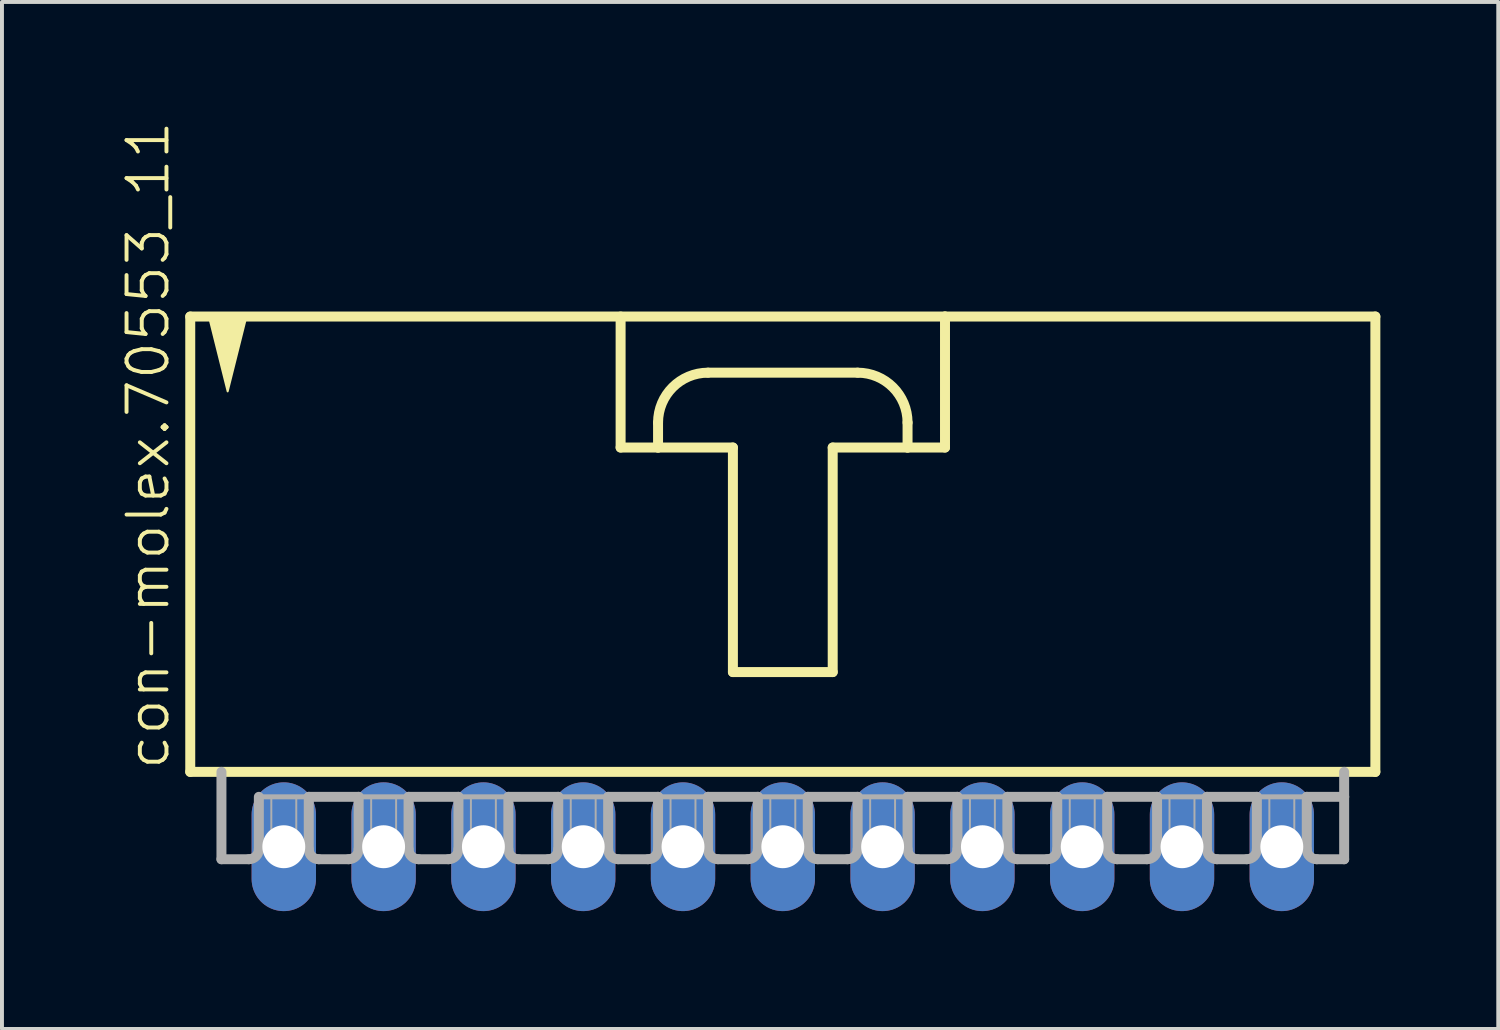
<source format=kicad_pcb>
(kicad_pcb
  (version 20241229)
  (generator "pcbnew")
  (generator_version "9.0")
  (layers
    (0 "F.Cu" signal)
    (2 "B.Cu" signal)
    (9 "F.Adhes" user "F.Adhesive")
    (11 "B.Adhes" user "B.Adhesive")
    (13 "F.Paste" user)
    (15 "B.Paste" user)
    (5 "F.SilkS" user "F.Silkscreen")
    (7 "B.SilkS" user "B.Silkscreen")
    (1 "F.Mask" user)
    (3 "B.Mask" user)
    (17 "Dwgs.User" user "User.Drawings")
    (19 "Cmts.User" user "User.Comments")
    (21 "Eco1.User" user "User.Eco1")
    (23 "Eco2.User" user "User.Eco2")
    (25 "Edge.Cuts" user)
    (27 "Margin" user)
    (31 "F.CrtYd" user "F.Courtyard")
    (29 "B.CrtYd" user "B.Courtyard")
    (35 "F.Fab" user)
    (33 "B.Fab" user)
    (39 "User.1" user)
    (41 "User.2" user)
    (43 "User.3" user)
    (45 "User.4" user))
  (footprint "con-molex.70553_11"
    (layer "F.Cu")
    (at 16.873 10.88)
    (property "Reference" "con-molex.70553_11" (at -15.557 5.715 90) (layer "F.SilkS") (effects (font (size 1.016 1.016) (thickness 0.1)) (justify left bottom)))
    (attr through_hole)
    (fp_line (start -15.081 -5.874) (end -15.081 5.715) (stroke (width 0.254) (type default)) (layer "F.SilkS"))
    (fp_line (start -15.081 5.715) (end 15.081 5.715) (stroke (width 0.254) (type default)) (layer "F.SilkS"))
    (fp_line (start -4.128 -5.874) (end -4.128 -2.54) (stroke (width 0.254) (type default)) (layer "F.SilkS"))
    (fp_line (start -4.128 -2.54) (end -3.175 -2.54) (stroke (width 0.254) (type default)) (layer "F.SilkS"))
    (fp_line (start -3.175 -2.54) (end -3.175 -3.175) (stroke (width 0.254) (type default)) (layer "F.SilkS"))
    (fp_line (start -3.175 -2.54) (end -1.27 -2.54) (stroke (width 0.254) (type default)) (layer "F.SilkS"))
    (fp_line (start -1.905 -4.445) (end 1.905 -4.445) (stroke (width 0.254) (type default)) (layer "F.SilkS"))
    (fp_line (start -1.27 -2.54) (end -1.27 3.175) (stroke (width 0.254) (type default)) (layer "F.SilkS"))
    (fp_line (start -1.27 3.175) (end 1.27 3.175) (stroke (width 0.254) (type default)) (layer "F.SilkS"))
    (fp_line (start 1.27 -2.54) (end 3.175 -2.54) (stroke (width 0.254) (type default)) (layer "F.SilkS"))
    (fp_line (start 1.27 3.175) (end 1.27 -2.54) (stroke (width 0.254) (type default)) (layer "F.SilkS"))
    (fp_line (start 3.175 -3.175) (end 3.175 -2.54) (stroke (width 0.254) (type default)) (layer "F.SilkS"))
    (fp_line (start 3.175 -2.54) (end 4.128 -2.54) (stroke (width 0.254) (type default)) (layer "F.SilkS"))
    (fp_line (start 4.128 -5.874) (end -15.081 -5.874) (stroke (width 0.254) (type default)) (layer "F.SilkS"))
    (fp_line (start 4.128 -2.54) (end 4.128 -5.874) (stroke (width 0.254) (type default)) (layer "F.SilkS"))
    (fp_line (start 15.081 -5.874) (end 4.128 -5.874) (stroke (width 0.254) (type default)) (layer "F.SilkS"))
    (fp_line (start 15.081 5.715) (end 15.081 -5.874) (stroke (width 0.254) (type default)) (layer "F.SilkS"))
    (fp_arc (start -3.175 -3.175) (mid -2.803026 -4.073026) (end -1.905 -4.445) (stroke (width 0.254) (type default)) (layer "F.SilkS"))
    (fp_arc (start 1.905 -4.445) (mid 2.803026 -4.073026) (end 3.175 -3.175) (stroke (width 0.254) (type default)) (layer "F.SilkS"))
    (fp_poly (pts (xy -14.605 -5.874) (xy -14.129 -3.969) (xy -13.652 -5.874)) (stroke (width 0.051) (type default)) (fill yes) (layer "F.SilkS"))
    (fp_line (start -14.287 5.715) (end -14.287 7.938) (stroke (width 0.254) (type default)) (layer "F.Fab"))
    (fp_line (start -13.589 7.938) (end -14.287 7.938) (stroke (width 0.254) (type default)) (layer "F.Fab"))
    (fp_line (start -13.335 6.35) (end -13.335 7.684) (stroke (width 0.254) (type default)) (layer "F.Fab"))
    (fp_line (start -13.335 6.35) (end -12.065 6.35) (stroke (width 0.127) (type default)) (layer "F.Fab"))
    (fp_line (start -12.065 6.35) (end -12.065 7.684) (stroke (width 0.254) (type default)) (layer "F.Fab"))
    (fp_line (start -12.065 6.35) (end -10.795 6.35) (stroke (width 0.254) (type default)) (layer "F.Fab"))
    (fp_line (start -11.049 7.938) (end -11.811 7.938) (stroke (width 0.254) (type default)) (layer "F.Fab"))
    (fp_line (start -10.795 6.35) (end -10.795 7.684) (stroke (width 0.254) (type default)) (layer "F.Fab"))
    (fp_line (start -10.795 6.35) (end -9.525 6.35) (stroke (width 0.127) (type default)) (layer "F.Fab"))
    (fp_line (start -9.525 6.35) (end -9.525 7.684) (stroke (width 0.254) (type default)) (layer "F.Fab"))
    (fp_line (start -9.525 6.35) (end -8.255 6.35) (stroke (width 0.254) (type default)) (layer "F.Fab"))
    (fp_line (start -8.509 7.938) (end -9.271 7.938) (stroke (width 0.254) (type default)) (layer "F.Fab"))
    (fp_line (start -8.255 6.35) (end -8.255 7.684) (stroke (width 0.254) (type default)) (layer "F.Fab"))
    (fp_line (start -8.255 6.35) (end -6.985 6.35) (stroke (width 0.127) (type default)) (layer "F.Fab"))
    (fp_line (start -6.985 6.35) (end -6.985 7.684) (stroke (width 0.254) (type default)) (layer "F.Fab"))
    (fp_line (start -6.985 6.35) (end -5.715 6.35) (stroke (width 0.254) (type default)) (layer "F.Fab"))
    (fp_line (start -5.969 7.938) (end -6.731 7.938) (stroke (width 0.254) (type default)) (layer "F.Fab"))
    (fp_line (start -5.715 6.35) (end -5.715 7.684) (stroke (width 0.254) (type default)) (layer "F.Fab"))
    (fp_line (start -5.715 6.35) (end -4.445 6.35) (stroke (width 0.127) (type default)) (layer "F.Fab"))
    (fp_line (start -4.445 6.35) (end -4.445 7.684) (stroke (width 0.254) (type default)) (layer "F.Fab"))
    (fp_line (start -4.445 6.35) (end -3.175 6.35) (stroke (width 0.254) (type default)) (layer "F.Fab"))
    (fp_line (start -3.429 7.938) (end -4.191 7.938) (stroke (width 0.254) (type default)) (layer "F.Fab"))
    (fp_line (start -3.175 6.35) (end -3.175 7.684) (stroke (width 0.254) (type default)) (layer "F.Fab"))
    (fp_line (start -3.175 6.35) (end -1.905 6.35) (stroke (width 0.127) (type default)) (layer "F.Fab"))
    (fp_line (start -1.905 6.35) (end -1.905 7.684) (stroke (width 0.254) (type default)) (layer "F.Fab"))
    (fp_line (start -1.905 6.35) (end -0.635 6.35) (stroke (width 0.254) (type default)) (layer "F.Fab"))
    (fp_line (start -0.889 7.938) (end -1.651 7.938) (stroke (width 0.254) (type default)) (layer "F.Fab"))
    (fp_line (start -0.635 6.35) (end -0.635 7.684) (stroke (width 0.254) (type default)) (layer "F.Fab"))
    (fp_line (start -0.635 6.35) (end 0.635 6.35) (stroke (width 0.127) (type default)) (layer "F.Fab"))
    (fp_line (start 0.635 6.35) (end 0.635 7.684) (stroke (width 0.254) (type default)) (layer "F.Fab"))
    (fp_line (start 0.635 6.35) (end 1.905 6.35) (stroke (width 0.254) (type default)) (layer "F.Fab"))
    (fp_line (start 1.651 7.938) (end 0.889 7.938) (stroke (width 0.254) (type default)) (layer "F.Fab"))
    (fp_line (start 1.905 6.35) (end 1.905 7.684) (stroke (width 0.254) (type default)) (layer "F.Fab"))
    (fp_line (start 1.905 6.35) (end 3.175 6.35) (stroke (width 0.127) (type default)) (layer "F.Fab"))
    (fp_line (start 3.175 6.35) (end 3.175 7.684) (stroke (width 0.254) (type default)) (layer "F.Fab"))
    (fp_line (start 3.175 6.35) (end 4.445 6.35) (stroke (width 0.254) (type default)) (layer "F.Fab"))
    (fp_line (start 4.191 7.938) (end 3.429 7.938) (stroke (width 0.254) (type default)) (layer "F.Fab"))
    (fp_line (start 4.445 6.35) (end 4.445 7.684) (stroke (width 0.254) (type default)) (layer "F.Fab"))
    (fp_line (start 4.445 6.35) (end 5.715 6.35) (stroke (width 0.127) (type default)) (layer "F.Fab"))
    (fp_line (start 5.715 6.35) (end 5.715 7.684) (stroke (width 0.254) (type default)) (layer "F.Fab"))
    (fp_line (start 5.715 6.35) (end 6.985 6.35) (stroke (width 0.254) (type default)) (layer "F.Fab"))
    (fp_line (start 6.731 7.938) (end 5.969 7.938) (stroke (width 0.254) (type default)) (layer "F.Fab"))
    (fp_line (start 6.985 6.35) (end 6.985 7.684) (stroke (width 0.254) (type default)) (layer "F.Fab"))
    (fp_line (start 6.985 6.35) (end 8.255 6.35) (stroke (width 0.127) (type default)) (layer "F.Fab"))
    (fp_line (start 8.255 6.35) (end 8.255 7.684) (stroke (width 0.254) (type default)) (layer "F.Fab"))
    (fp_line (start 8.255 6.35) (end 9.525 6.35) (stroke (width 0.254) (type default)) (layer "F.Fab"))
    (fp_line (start 9.271 7.938) (end 8.509 7.938) (stroke (width 0.254) (type default)) (layer "F.Fab"))
    (fp_line (start 9.525 6.35) (end 9.525 7.684) (stroke (width 0.254) (type default)) (layer "F.Fab"))
    (fp_line (start 9.525 6.35) (end 10.795 6.35) (stroke (width 0.127) (type default)) (layer "F.Fab"))
    (fp_line (start 10.795 6.35) (end 10.795 7.684) (stroke (width 0.254) (type default)) (layer "F.Fab"))
    (fp_line (start 10.795 6.35) (end 12.065 6.35) (stroke (width 0.254) (type default)) (layer "F.Fab"))
    (fp_line (start 11.811 7.938) (end 11.049 7.938) (stroke (width 0.254) (type default)) (layer "F.Fab"))
    (fp_line (start 12.065 6.35) (end 12.065 7.684) (stroke (width 0.254) (type default)) (layer "F.Fab"))
    (fp_line (start 12.065 6.35) (end 13.335 6.35) (stroke (width 0.127) (type default)) (layer "F.Fab"))
    (fp_line (start 13.335 6.35) (end 13.335 7.684) (stroke (width 0.254) (type default)) (layer "F.Fab"))
    (fp_line (start 13.335 6.35) (end 14.287 6.35) (stroke (width 0.254) (type default)) (layer "F.Fab"))
    (fp_line (start 13.589 7.938) (end 14.287 7.938) (stroke (width 0.254) (type default)) (layer "F.Fab"))
    (fp_line (start 14.287 6.35) (end 14.287 5.715) (stroke (width 0.254) (type default)) (layer "F.Fab"))
    (fp_line (start 14.287 7.938) (end 14.287 6.35) (stroke (width 0.254) (type default)) (layer "F.Fab"))
    (fp_rect (start -13.018 7.62) (end -12.383 6.35) (stroke (width 0.05) (type default)) (fill no) (layer "F.Fab"))
    (fp_rect (start -10.477 7.62) (end -9.842 6.35) (stroke (width 0.05) (type default)) (fill no) (layer "F.Fab"))
    (fp_rect (start -7.938 7.62) (end -7.303 6.35) (stroke (width 0.05) (type default)) (fill no) (layer "F.Fab"))
    (fp_rect (start -5.397 7.62) (end -4.763 6.35) (stroke (width 0.05) (type default)) (fill no) (layer "F.Fab"))
    (fp_rect (start -2.857 7.62) (end -2.223 6.35) (stroke (width 0.05) (type default)) (fill no) (layer "F.Fab"))
    (fp_rect (start -0.318 7.62) (end 0.318 6.35) (stroke (width 0.05) (type default)) (fill no) (layer "F.Fab"))
    (fp_rect (start 2.223 7.62) (end 2.857 6.35) (stroke (width 0.05) (type default)) (fill no) (layer "F.Fab"))
    (fp_rect (start 4.763 7.62) (end 5.397 6.35) (stroke (width 0.05) (type default)) (fill no) (layer "F.Fab"))
    (fp_rect (start 7.303 7.62) (end 7.938 6.35) (stroke (width 0.05) (type default)) (fill no) (layer "F.Fab"))
    (fp_rect (start 9.842 7.62) (end 10.477 6.35) (stroke (width 0.05) (type default)) (fill no) (layer "F.Fab"))
    (fp_rect (start 12.383 7.62) (end 13.018 6.35) (stroke (width 0.05) (type default)) (fill no) (layer "F.Fab"))
    (fp_arc (start -13.335 7.6835) (mid -13.409395 7.863105) (end -13.589 7.9375) (stroke (width 0.254) (type default)) (layer "F.Fab"))
    (fp_arc (start -11.811 7.9375) (mid -11.990605 7.863105) (end -12.065 7.6835) (stroke (width 0.254) (type default)) (layer "F.Fab"))
    (fp_arc (start -10.795 7.6835) (mid -10.869395 7.863105) (end -11.049 7.9375) (stroke (width 0.254) (type default)) (layer "F.Fab"))
    (fp_arc (start -9.271 7.9375) (mid -9.450605 7.863105) (end -9.525 7.6835) (stroke (width 0.254) (type default)) (layer "F.Fab"))
    (fp_arc (start -8.255 7.6835) (mid -8.329395 7.863105) (end -8.509 7.9375) (stroke (width 0.254) (type default)) (layer "F.Fab"))
    (fp_arc (start -6.731 7.9375) (mid -6.910605 7.863105) (end -6.985 7.6835) (stroke (width 0.254) (type default)) (layer "F.Fab"))
    (fp_arc (start -5.715 7.6835) (mid -5.789395 7.863105) (end -5.969 7.9375) (stroke (width 0.254) (type default)) (layer "F.Fab"))
    (fp_arc (start -4.191 7.9375) (mid -4.370605 7.863105) (end -4.445 7.6835) (stroke (width 0.254) (type default)) (layer "F.Fab"))
    (fp_arc (start -3.175 7.6835) (mid -3.249395 7.863105) (end -3.429 7.9375) (stroke (width 0.254) (type default)) (layer "F.Fab"))
    (fp_arc (start -1.651 7.9375) (mid -1.830605 7.863105) (end -1.905 7.6835) (stroke (width 0.254) (type default)) (layer "F.Fab"))
    (fp_arc (start -0.635 7.6835) (mid -0.709395 7.863105) (end -0.889 7.9375) (stroke (width 0.254) (type default)) (layer "F.Fab"))
    (fp_arc (start 0.889 7.9375) (mid 0.709395 7.863105) (end 0.635 7.6835) (stroke (width 0.254) (type default)) (layer "F.Fab"))
    (fp_arc (start 1.905 7.6835) (mid 1.830605 7.863105) (end 1.651 7.9375) (stroke (width 0.254) (type default)) (layer "F.Fab"))
    (fp_arc (start 3.429 7.9375) (mid 3.249395 7.863105) (end 3.175 7.6835) (stroke (width 0.254) (type default)) (layer "F.Fab"))
    (fp_arc (start 4.445 7.6835) (mid 4.370605 7.863105) (end 4.191 7.9375) (stroke (width 0.254) (type default)) (layer "F.Fab"))
    (fp_arc (start 5.969 7.9375) (mid 5.789395 7.863105) (end 5.715 7.6835) (stroke (width 0.254) (type default)) (layer "F.Fab"))
    (fp_arc (start 6.985 7.6835) (mid 6.910605 7.863105) (end 6.731 7.9375) (stroke (width 0.254) (type default)) (layer "F.Fab"))
    (fp_arc (start 8.509 7.9375) (mid 8.329395 7.863105) (end 8.255 7.6835) (stroke (width 0.254) (type default)) (layer "F.Fab"))
    (fp_arc (start 9.525 7.6835) (mid 9.450605 7.863105) (end 9.271 7.9375) (stroke (width 0.254) (type default)) (layer "F.Fab"))
    (fp_arc (start 11.049 7.9375) (mid 10.869395 7.863105) (end 10.795 7.6835) (stroke (width 0.254) (type default)) (layer "F.Fab"))
    (fp_arc (start 12.065 7.6835) (mid 11.990605 7.863105) (end 11.811 7.9375) (stroke (width 0.254) (type default)) (layer "F.Fab"))
    (fp_arc (start 13.589 7.9375) (mid 13.409395 7.863105) (end 13.335 7.6835) (stroke (width 0.254) (type default)) (layer "F.Fab"))
    (pad "1" thru_hole oval (at -12.7 7.62 90) (size 3.277 1.638) (drill 1.092) (layers "*.Cu" "*.Mask"))
    (pad "2" thru_hole oval (at -10.16 7.62 90) (size 3.277 1.638) (drill 1.092) (layers "*.Cu" "*.Mask"))
    (pad "3" thru_hole oval (at -7.62 7.62 90) (size 3.277 1.638) (drill 1.092) (layers "*.Cu" "*.Mask"))
    (pad "4" thru_hole oval (at -5.08 7.62 90) (size 3.277 1.638) (drill 1.092) (layers "*.Cu" "*.Mask"))
    (pad "5" thru_hole oval (at -2.54 7.62 90) (size 3.277 1.638) (drill 1.092) (layers "*.Cu" "*.Mask"))
    (pad "6" thru_hole oval (at 0 7.62 90) (size 3.277 1.638) (drill 1.092) (layers "*.Cu" "*.Mask"))
    (pad "7" thru_hole oval (at 2.54 7.62 90) (size 3.277 1.638) (drill 1.092) (layers "*.Cu" "*.Mask"))
    (pad "8" thru_hole oval (at 5.08 7.62 90) (size 3.277 1.638) (drill 1.092) (layers "*.Cu" "*.Mask"))
    (pad "9" thru_hole oval (at 7.62 7.62 90) (size 3.277 1.638) (drill 1.092) (layers "*.Cu" "*.Mask"))
    (pad "10" thru_hole oval (at 10.16 7.62 90) (size 3.277 1.638) (drill 1.092) (layers "*.Cu" "*.Mask"))
    (pad "11" thru_hole oval (at 12.7 7.62 90) (size 3.277 1.638) (drill 1.092) (layers "*.Cu" "*.Mask")))
  (gr_rect
    (start -3 -3)
    (end 35.082 23.138)
    (stroke (width 0.1) (type default))
    (fill no)
    (layer "Edge.Cuts")))
</source>
